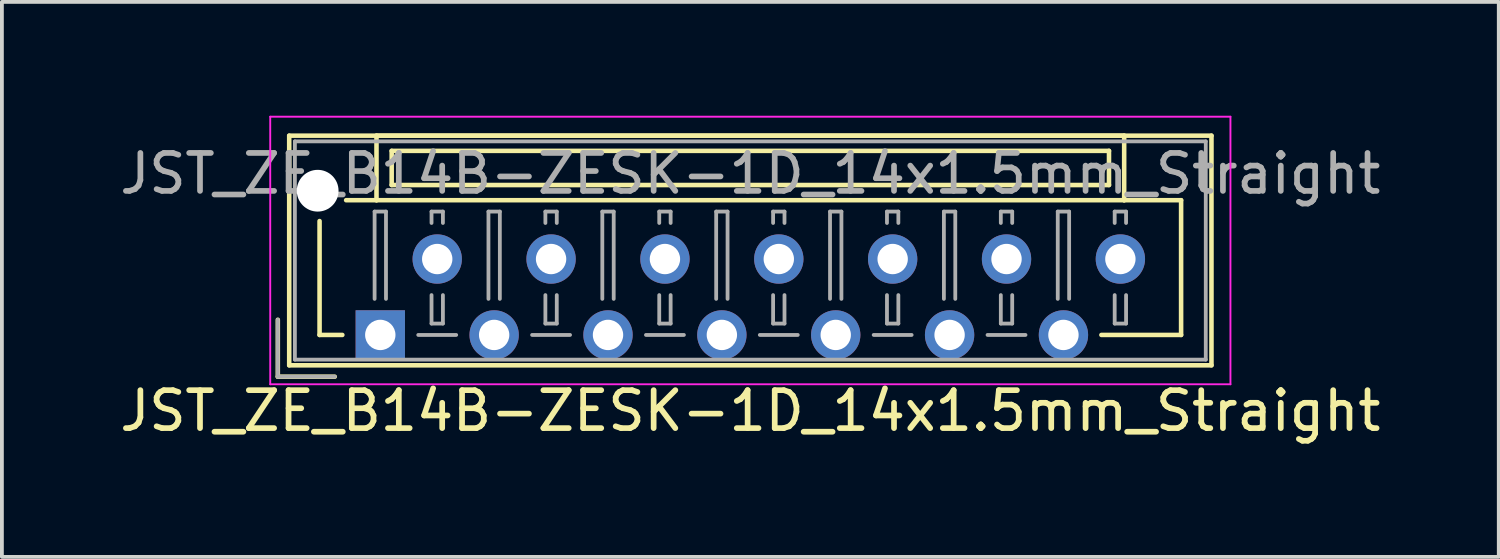
<source format=kicad_pcb>
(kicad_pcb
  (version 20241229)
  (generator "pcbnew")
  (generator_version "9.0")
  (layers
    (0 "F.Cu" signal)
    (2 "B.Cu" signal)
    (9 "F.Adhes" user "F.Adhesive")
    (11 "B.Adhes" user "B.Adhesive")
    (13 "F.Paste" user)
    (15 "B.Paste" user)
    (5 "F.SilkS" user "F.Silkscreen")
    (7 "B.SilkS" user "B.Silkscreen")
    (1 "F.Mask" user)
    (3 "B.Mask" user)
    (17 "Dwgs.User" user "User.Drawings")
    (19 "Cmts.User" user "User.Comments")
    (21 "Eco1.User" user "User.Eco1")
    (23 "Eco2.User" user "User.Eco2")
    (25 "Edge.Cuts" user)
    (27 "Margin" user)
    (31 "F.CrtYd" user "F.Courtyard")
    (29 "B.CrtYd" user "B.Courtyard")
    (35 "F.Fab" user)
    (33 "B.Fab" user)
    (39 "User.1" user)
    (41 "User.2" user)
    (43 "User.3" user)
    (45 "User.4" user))
  (footprint "JST_ZE_B14B-ZESK-1D_14x1.5mm_Straight"
    (layer "F.Cu")
    (at 6.97 5.775)
    (property "Reference" "JST_ZE_B14B-ZESK-1D_14x1.5mm_Straight" (at 9.75 2 0) (layer "F.SilkS") (effects (font (size 1 1) (thickness 0.15))))
    (attr through_hole)
    (fp_line (start -2.7 -0.4) (end -2.7 1.1) (stroke (width 0.12) (type solid)) (layer "F.SilkS"))
    (fp_line (start -2.7 1.1) (end -1.2 1.1) (stroke (width 0.12) (type solid)) (layer "F.SilkS"))
    (fp_line (start -2.4 -5.25) (end -2.4 0.8) (stroke (width 0.12) (type solid)) (layer "F.SilkS"))
    (fp_line (start -2.4 0.8) (end 21.9 0.8) (stroke (width 0.12) (type solid)) (layer "F.SilkS"))
    (fp_line (start -1.6 -3) (end -1.6 0) (stroke (width 0.12) (type solid)) (layer "F.SilkS"))
    (fp_line (start -1.6 0) (end -1 0) (stroke (width 0.12) (type solid)) (layer "F.SilkS"))
    (fp_line (start -0.1 -5.25) (end -0.1 -3.55) (stroke (width 0.12) (type solid)) (layer "F.SilkS"))
    (fp_line (start -0.1 -3.55) (end -0.9 -3.55) (stroke (width 0.12) (type solid)) (layer "F.SilkS"))
    (fp_line (start -0.1 -3.55) (end 19.6 -3.55) (stroke (width 0.12) (type solid)) (layer "F.SilkS"))
    (fp_line (start 0.3 -4.85) (end 0.3 -3.95) (stroke (width 0.12) (type solid)) (layer "F.SilkS"))
    (fp_line (start 0.3 -3.95) (end 19.2 -3.95) (stroke (width 0.12) (type solid)) (layer "F.SilkS"))
    (fp_line (start 19.2 -4.85) (end 0.3 -4.85) (stroke (width 0.12) (type solid)) (layer "F.SilkS"))
    (fp_line (start 19.2 -3.95) (end 19.2 -4.85) (stroke (width 0.12) (type solid)) (layer "F.SilkS"))
    (fp_line (start 19.6 -5.25) (end -0.1 -5.25) (stroke (width 0.12) (type solid)) (layer "F.SilkS"))
    (fp_line (start 19.6 -3.55) (end 19.6 -5.25) (stroke (width 0.12) (type solid)) (layer "F.SilkS"))
    (fp_line (start 19.6 -3.55) (end 21.1 -3.55) (stroke (width 0.12) (type solid)) (layer "F.SilkS"))
    (fp_line (start 21.1 -3.55) (end 21.1 0) (stroke (width 0.12) (type solid)) (layer "F.SilkS"))
    (fp_line (start 21.1 0) (end 19 0) (stroke (width 0.12) (type solid)) (layer "F.SilkS"))
    (fp_line (start 21.9 -5.25) (end -2.4 -5.25) (stroke (width 0.12) (type solid)) (layer "F.SilkS"))
    (fp_line (start 21.9 0.8) (end 21.9 -5.25) (stroke (width 0.12) (type solid)) (layer "F.SilkS"))
    (fp_line (start -2.9 -5.75) (end -2.9 1.3) (stroke (width 0.05) (type solid)) (layer "F.CrtYd"))
    (fp_line (start -2.9 1.3) (end 22.4 1.3) (stroke (width 0.05) (type solid)) (layer "F.CrtYd"))
    (fp_line (start 22.4 -5.75) (end -2.9 -5.75) (stroke (width 0.05) (type solid)) (layer "F.CrtYd"))
    (fp_line (start 22.4 1.3) (end 22.4 -5.75) (stroke (width 0.05) (type solid)) (layer "F.CrtYd"))
    (fp_line (start -2.7 -0.4) (end -2.7 1.1) (stroke (width 0.1) (type solid)) (layer "F.Fab"))
    (fp_line (start -2.7 1.1) (end -1.2 1.1) (stroke (width 0.1) (type solid)) (layer "F.Fab"))
    (fp_line (start -2.25 -5.1) (end -2.25 0.65) (stroke (width 0.1) (type solid)) (layer "F.Fab"))
    (fp_line (start -2.25 0.65) (end 21.75 0.65) (stroke (width 0.1) (type solid)) (layer "F.Fab"))
    (fp_line (start -0.15 -3.25) (end 0.15 -3.25) (stroke (width 0.1) (type solid)) (layer "F.Fab"))
    (fp_line (start -0.15 -0.95) (end -0.15 -3.25) (stroke (width 0.1) (type solid)) (layer "F.Fab"))
    (fp_line (start 0.15 -3.25) (end 0.15 -0.95) (stroke (width 0.1) (type solid)) (layer "F.Fab"))
    (fp_line (start 1 0) (end 2 0) (stroke (width 0.1) (type solid)) (layer "F.Fab"))
    (fp_line (start 1.35 -3.25) (end 1.65 -3.25) (stroke (width 0.1) (type solid)) (layer "F.Fab"))
    (fp_line (start 1.35 -2.95) (end 1.35 -3.25) (stroke (width 0.1) (type solid)) (layer "F.Fab"))
    (fp_line (start 1.35 -1.05) (end 1.35 -0.3) (stroke (width 0.1) (type solid)) (layer "F.Fab"))
    (fp_line (start 1.35 -0.3) (end 1.65 -0.3) (stroke (width 0.1) (type solid)) (layer "F.Fab"))
    (fp_line (start 1.65 -3.25) (end 1.65 -2.95) (stroke (width 0.1) (type solid)) (layer "F.Fab"))
    (fp_line (start 1.65 -0.3) (end 1.65 -1.05) (stroke (width 0.1) (type solid)) (layer "F.Fab"))
    (fp_line (start 2.85 -3.25) (end 3.15 -3.25) (stroke (width 0.1) (type solid)) (layer "F.Fab"))
    (fp_line (start 2.85 -0.95) (end 2.85 -3.25) (stroke (width 0.1) (type solid)) (layer "F.Fab"))
    (fp_line (start 3.15 -3.25) (end 3.15 -0.95) (stroke (width 0.1) (type solid)) (layer "F.Fab"))
    (fp_line (start 4 0) (end 5 0) (stroke (width 0.1) (type solid)) (layer "F.Fab"))
    (fp_line (start 4.35 -3.25) (end 4.65 -3.25) (stroke (width 0.1) (type solid)) (layer "F.Fab"))
    (fp_line (start 4.35 -2.95) (end 4.35 -3.25) (stroke (width 0.1) (type solid)) (layer "F.Fab"))
    (fp_line (start 4.35 -1.05) (end 4.35 -0.3) (stroke (width 0.1) (type solid)) (layer "F.Fab"))
    (fp_line (start 4.35 -0.3) (end 4.65 -0.3) (stroke (width 0.1) (type solid)) (layer "F.Fab"))
    (fp_line (start 4.65 -3.25) (end 4.65 -2.95) (stroke (width 0.1) (type solid)) (layer "F.Fab"))
    (fp_line (start 4.65 -0.3) (end 4.65 -1.05) (stroke (width 0.1) (type solid)) (layer "F.Fab"))
    (fp_line (start 5.85 -3.25) (end 6.15 -3.25) (stroke (width 0.1) (type solid)) (layer "F.Fab"))
    (fp_line (start 5.85 -0.95) (end 5.85 -3.25) (stroke (width 0.1) (type solid)) (layer "F.Fab"))
    (fp_line (start 6.15 -3.25) (end 6.15 -0.95) (stroke (width 0.1) (type solid)) (layer "F.Fab"))
    (fp_line (start 7 0) (end 8 0) (stroke (width 0.1) (type solid)) (layer "F.Fab"))
    (fp_line (start 7.35 -3.25) (end 7.65 -3.25) (stroke (width 0.1) (type solid)) (layer "F.Fab"))
    (fp_line (start 7.35 -2.95) (end 7.35 -3.25) (stroke (width 0.1) (type solid)) (layer "F.Fab"))
    (fp_line (start 7.35 -1.05) (end 7.35 -0.3) (stroke (width 0.1) (type solid)) (layer "F.Fab"))
    (fp_line (start 7.35 -0.3) (end 7.65 -0.3) (stroke (width 0.1) (type solid)) (layer "F.Fab"))
    (fp_line (start 7.65 -3.25) (end 7.65 -2.95) (stroke (width 0.1) (type solid)) (layer "F.Fab"))
    (fp_line (start 7.65 -0.3) (end 7.65 -1.05) (stroke (width 0.1) (type solid)) (layer "F.Fab"))
    (fp_line (start 8.85 -3.25) (end 9.15 -3.25) (stroke (width 0.1) (type solid)) (layer "F.Fab"))
    (fp_line (start 8.85 -0.95) (end 8.85 -3.25) (stroke (width 0.1) (type solid)) (layer "F.Fab"))
    (fp_line (start 9.15 -3.25) (end 9.15 -0.95) (stroke (width 0.1) (type solid)) (layer "F.Fab"))
    (fp_line (start 10 0) (end 11 0) (stroke (width 0.1) (type solid)) (layer "F.Fab"))
    (fp_line (start 10.35 -3.25) (end 10.65 -3.25) (stroke (width 0.1) (type solid)) (layer "F.Fab"))
    (fp_line (start 10.35 -2.95) (end 10.35 -3.25) (stroke (width 0.1) (type solid)) (layer "F.Fab"))
    (fp_line (start 10.35 -1.05) (end 10.35 -0.3) (stroke (width 0.1) (type solid)) (layer "F.Fab"))
    (fp_line (start 10.35 -0.3) (end 10.65 -0.3) (stroke (width 0.1) (type solid)) (layer "F.Fab"))
    (fp_line (start 10.65 -3.25) (end 10.65 -2.95) (stroke (width 0.1) (type solid)) (layer "F.Fab"))
    (fp_line (start 10.65 -0.3) (end 10.65 -1.05) (stroke (width 0.1) (type solid)) (layer "F.Fab"))
    (fp_line (start 11.85 -3.25) (end 12.15 -3.25) (stroke (width 0.1) (type solid)) (layer "F.Fab"))
    (fp_line (start 11.85 -0.95) (end 11.85 -3.25) (stroke (width 0.1) (type solid)) (layer "F.Fab"))
    (fp_line (start 12.15 -3.25) (end 12.15 -0.95) (stroke (width 0.1) (type solid)) (layer "F.Fab"))
    (fp_line (start 13 0) (end 14 0) (stroke (width 0.1) (type solid)) (layer "F.Fab"))
    (fp_line (start 13.35 -3.25) (end 13.65 -3.25) (stroke (width 0.1) (type solid)) (layer "F.Fab"))
    (fp_line (start 13.35 -2.95) (end 13.35 -3.25) (stroke (width 0.1) (type solid)) (layer "F.Fab"))
    (fp_line (start 13.35 -1.05) (end 13.35 -0.3) (stroke (width 0.1) (type solid)) (layer "F.Fab"))
    (fp_line (start 13.35 -0.3) (end 13.65 -0.3) (stroke (width 0.1) (type solid)) (layer "F.Fab"))
    (fp_line (start 13.65 -3.25) (end 13.65 -2.95) (stroke (width 0.1) (type solid)) (layer "F.Fab"))
    (fp_line (start 13.65 -0.3) (end 13.65 -1.05) (stroke (width 0.1) (type solid)) (layer "F.Fab"))
    (fp_line (start 14.85 -3.25) (end 15.15 -3.25) (stroke (width 0.1) (type solid)) (layer "F.Fab"))
    (fp_line (start 14.85 -0.95) (end 14.85 -3.25) (stroke (width 0.1) (type solid)) (layer "F.Fab"))
    (fp_line (start 15.15 -3.25) (end 15.15 -0.95) (stroke (width 0.1) (type solid)) (layer "F.Fab"))
    (fp_line (start 16 0) (end 17 0) (stroke (width 0.1) (type solid)) (layer "F.Fab"))
    (fp_line (start 16.35 -3.25) (end 16.65 -3.25) (stroke (width 0.1) (type solid)) (layer "F.Fab"))
    (fp_line (start 16.35 -2.95) (end 16.35 -3.25) (stroke (width 0.1) (type solid)) (layer "F.Fab"))
    (fp_line (start 16.35 -1.05) (end 16.35 -0.3) (stroke (width 0.1) (type solid)) (layer "F.Fab"))
    (fp_line (start 16.35 -0.3) (end 16.65 -0.3) (stroke (width 0.1) (type solid)) (layer "F.Fab"))
    (fp_line (start 16.65 -3.25) (end 16.65 -2.95) (stroke (width 0.1) (type solid)) (layer "F.Fab"))
    (fp_line (start 16.65 -0.3) (end 16.65 -1.05) (stroke (width 0.1) (type solid)) (layer "F.Fab"))
    (fp_line (start 17.85 -3.25) (end 18.15 -3.25) (stroke (width 0.1) (type solid)) (layer "F.Fab"))
    (fp_line (start 17.85 -0.95) (end 17.85 -3.25) (stroke (width 0.1) (type solid)) (layer "F.Fab"))
    (fp_line (start 18.15 -3.25) (end 18.15 -0.95) (stroke (width 0.1) (type solid)) (layer "F.Fab"))
    (fp_line (start 19.35 -3.25) (end 19.65 -3.25) (stroke (width 0.1) (type solid)) (layer "F.Fab"))
    (fp_line (start 19.35 -2.95) (end 19.35 -3.25) (stroke (width 0.1) (type solid)) (layer "F.Fab"))
    (fp_line (start 19.35 -1.05) (end 19.35 -0.3) (stroke (width 0.1) (type solid)) (layer "F.Fab"))
    (fp_line (start 19.35 -0.3) (end 19.65 -0.3) (stroke (width 0.1) (type solid)) (layer "F.Fab"))
    (fp_line (start 19.65 -3.25) (end 19.65 -2.95) (stroke (width 0.1) (type solid)) (layer "F.Fab"))
    (fp_line (start 19.65 -0.3) (end 19.65 -1.05) (stroke (width 0.1) (type solid)) (layer "F.Fab"))
    (fp_line (start 21.75 -5.1) (end -2.25 -5.1) (stroke (width 0.1) (type solid)) (layer "F.Fab"))
    (fp_line (start 21.75 0.65) (end 21.75 -5.1) (stroke (width 0.1) (type solid)) (layer "F.Fab"))
    (fp_text user "${REFERENCE}" (at 9.75 -4.25 0) (layer "F.Fab") (effects (font (size 1 1) (thickness 0.15))))
    (pad "" np_thru_hole circle (at -1.65 -3.8) (size 1.1 1.1) (drill 1.1) (layers "*.Cu"))
    (pad "1" thru_hole rect (at 0 0) (size 1.3 1.3) (drill 0.8) (layers "*.Cu" "*.Mask"))
    (pad "2" thru_hole circle (at 1.5 -2) (size 1.3 1.3) (drill 0.8) (layers "*.Cu" "*.Mask"))
    (pad "3" thru_hole circle (at 3 0) (size 1.3 1.3) (drill 0.8) (layers "*.Cu" "*.Mask"))
    (pad "4" thru_hole circle (at 4.5 -2) (size 1.3 1.3) (drill 0.8) (layers "*.Cu" "*.Mask"))
    (pad "5" thru_hole circle (at 6 0) (size 1.3 1.3) (drill 0.8) (layers "*.Cu" "*.Mask"))
    (pad "6" thru_hole circle (at 7.5 -2) (size 1.3 1.3) (drill 0.8) (layers "*.Cu" "*.Mask"))
    (pad "7" thru_hole circle (at 9 0) (size 1.3 1.3) (drill 0.8) (layers "*.Cu" "*.Mask"))
    (pad "8" thru_hole circle (at 10.5 -2) (size 1.3 1.3) (drill 0.8) (layers "*.Cu" "*.Mask"))
    (pad "9" thru_hole circle (at 12 0) (size 1.3 1.3) (drill 0.8) (layers "*.Cu" "*.Mask"))
    (pad "10" thru_hole circle (at 13.5 -2) (size 1.3 1.3) (drill 0.8) (layers "*.Cu" "*.Mask"))
    (pad "11" thru_hole circle (at 15 0) (size 1.3 1.3) (drill 0.8) (layers "*.Cu" "*.Mask"))
    (pad "12" thru_hole circle (at 16.5 -2) (size 1.3 1.3) (drill 0.8) (layers "*.Cu" "*.Mask"))
    (pad "13" thru_hole circle (at 18 0) (size 1.3 1.3) (drill 0.8) (layers "*.Cu" "*.Mask"))
    (pad "14" thru_hole circle (at 19.5 -2) (size 1.3 1.3) (drill 0.8) (layers "*.Cu" "*.Mask")))
  (gr_rect
    (start -3 -3)
    (end 36.44 11.623)
    (stroke (width 0.1) (type default))
    (fill no)
    (layer "Edge.Cuts")))
</source>
